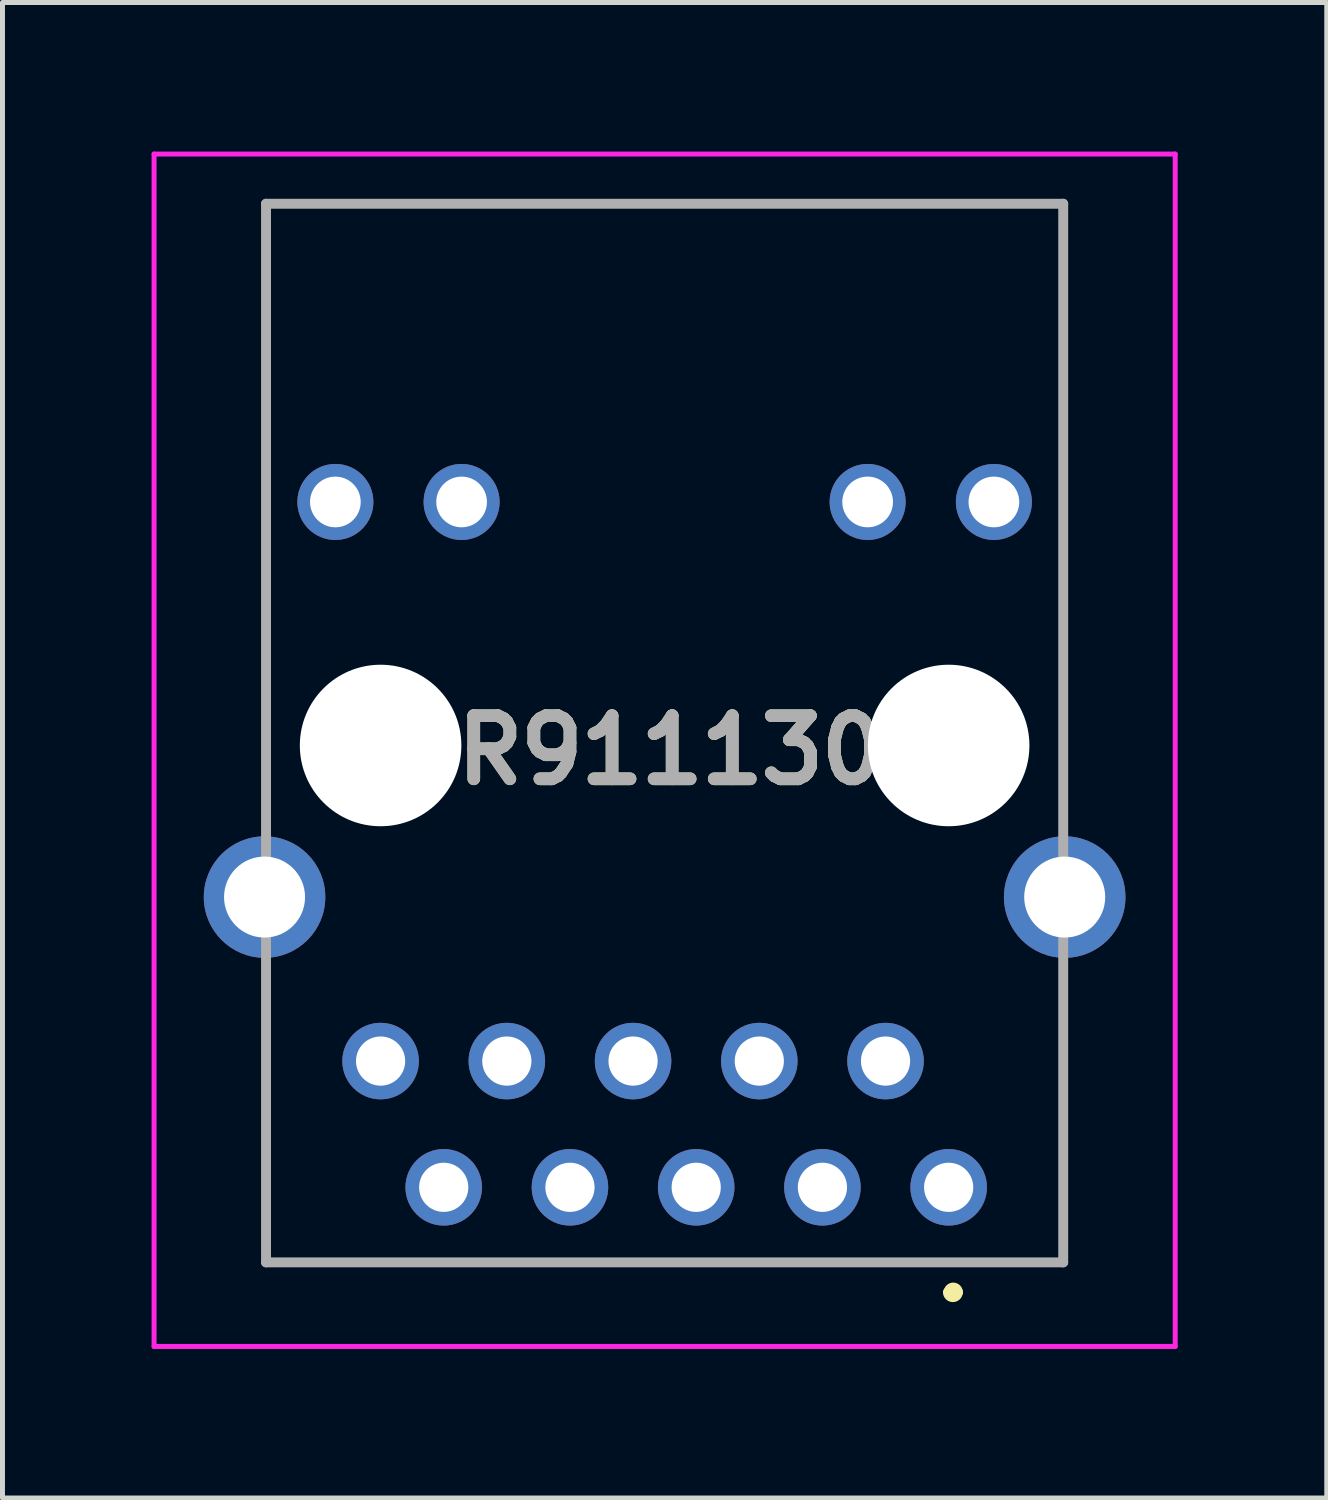
<source format=kicad_pcb>
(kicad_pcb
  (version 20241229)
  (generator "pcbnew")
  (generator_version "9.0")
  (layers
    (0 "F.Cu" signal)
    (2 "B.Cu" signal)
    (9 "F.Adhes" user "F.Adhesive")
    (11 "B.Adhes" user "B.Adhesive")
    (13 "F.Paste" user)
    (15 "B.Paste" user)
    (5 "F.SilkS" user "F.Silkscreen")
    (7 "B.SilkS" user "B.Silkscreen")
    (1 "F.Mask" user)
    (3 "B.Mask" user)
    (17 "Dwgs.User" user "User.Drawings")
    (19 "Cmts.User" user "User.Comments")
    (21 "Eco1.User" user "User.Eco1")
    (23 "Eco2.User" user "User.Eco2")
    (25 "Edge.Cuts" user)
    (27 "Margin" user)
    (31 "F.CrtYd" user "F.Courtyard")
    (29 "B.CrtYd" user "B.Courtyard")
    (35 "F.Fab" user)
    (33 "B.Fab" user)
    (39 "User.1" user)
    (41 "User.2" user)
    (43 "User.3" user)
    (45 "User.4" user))
  (footprint "HR911130A"
    (layer "F.Cu")
    (at 10.323 12.046)
    (property "Reference" "HR911130A" (at 0 0 0) (layer "F.SilkS") (effects (font (size 1.27 1.27) (thickness 0.254))))
    (attr through_hole)
    (fp_line (start -8.023 10.304) (end -8.023 4.704) (stroke (width 0.1) (type solid)) (layer "F.SilkS"))
    (fp_line (start -8.02 -10.996) (end 8.02 -10.996) (stroke (width 0.1) (type solid)) (layer "F.SilkS"))
    (fp_line (start -8.02 1.004) (end -8.02 -10.996) (stroke (width 0.1) (type solid)) (layer "F.SilkS"))
    (fp_line (start 5.715 10.904) (end 5.715 10.904) (stroke (width 0.2) (type solid)) (layer "F.SilkS"))
    (fp_line (start 5.9 10.904) (end 5.9 10.904) (stroke (width 0.2) (type solid)) (layer "F.SilkS"))
    (fp_line (start 8 10.304) (end -8.023 10.304) (stroke (width 0.1) (type solid)) (layer "F.SilkS"))
    (fp_line (start 8.02 -10.996) (end 8.02 1.004) (stroke (width 0.1) (type solid)) (layer "F.SilkS"))
    (fp_line (start 8.05 4.704) (end 8 10.304) (stroke (width 0.1) (type solid)) (layer "F.SilkS"))
    (fp_arc (start 5.715 10.904) (mid 5.807 10.811) (end 5.9 10.903) (stroke (width 0.2) (type solid)) (layer "F.SilkS"))
    (fp_arc (start 5.9 10.904) (mid 5.8 11.004) (end 5.7 10.904) (stroke (width 0.2) (type solid)) (layer "F.SilkS"))
    (fp_line (start -10.273 -11.996) (end 10.273 -11.996) (stroke (width 0.1) (type solid)) (layer "F.CrtYd"))
    (fp_line (start -10.273 11.996) (end -10.273 -11.996) (stroke (width 0.1) (type solid)) (layer "F.CrtYd"))
    (fp_line (start 10.273 -11.996) (end 10.273 11.996) (stroke (width 0.1) (type solid)) (layer "F.CrtYd"))
    (fp_line (start 10.273 11.996) (end -10.273 11.996) (stroke (width 0.1) (type solid)) (layer "F.CrtYd"))
    (fp_line (start -8.02 -10.996) (end 8.02 -10.996) (stroke (width 0.2) (type solid)) (layer "F.Fab"))
    (fp_line (start -8.02 10.304) (end -8.02 -10.996) (stroke (width 0.2) (type solid)) (layer "F.Fab"))
    (fp_line (start 8.02 -10.996) (end 8.02 10.304) (stroke (width 0.2) (type solid)) (layer "F.Fab"))
    (fp_line (start 8.02 10.304) (end -8.02 10.304) (stroke (width 0.2) (type solid)) (layer "F.Fab"))
    (fp_text user "${REFERENCE}" (at 0 0 0) (layer "F.Fab") (effects (font (size 1.27 1.27) (thickness 0.254))))
    (pad "" np_thru_hole circle (at -5.715 -0.096) (size 3.25 3.25) (drill 3.25) (layers "*.Cu" "*.Mask"))
    (pad "" np_thru_hole circle (at 5.715 -0.096) (size 3.25 3.25) (drill 3.25) (layers "*.Cu" "*.Mask"))
    (pad "1" thru_hole circle (at 5.715 8.794) (size 1.54 1.54) (drill 0.99) (layers "*.Cu" "*.Mask"))
    (pad "2" thru_hole circle (at 4.445 6.254) (size 1.54 1.54) (drill 0.99) (layers "*.Cu" "*.Mask"))
    (pad "3" thru_hole circle (at 3.175 8.794) (size 1.54 1.54) (drill 0.99) (layers "*.Cu" "*.Mask"))
    (pad "4" thru_hole circle (at 1.905 6.254) (size 1.54 1.54) (drill 0.99) (layers "*.Cu" "*.Mask"))
    (pad "5" thru_hole circle (at 0.635 8.794) (size 1.54 1.54) (drill 0.99) (layers "*.Cu" "*.Mask"))
    (pad "6" thru_hole circle (at -0.635 6.254) (size 1.54 1.54) (drill 0.99) (layers "*.Cu" "*.Mask"))
    (pad "7" thru_hole circle (at -1.905 8.794) (size 1.54 1.54) (drill 0.99) (layers "*.Cu" "*.Mask"))
    (pad "8" thru_hole circle (at -3.175 6.254) (size 1.54 1.54) (drill 0.99) (layers "*.Cu" "*.Mask"))
    (pad "9" thru_hole circle (at -4.445 8.794) (size 1.54 1.54) (drill 0.99) (layers "*.Cu" "*.Mask"))
    (pad "10" thru_hole circle (at -5.715 6.254) (size 1.54 1.54) (drill 0.99) (layers "*.Cu" "*.Mask"))
    (pad "11" thru_hole circle (at -6.625 -4.996) (size 1.53 1.53) (drill 1.02) (layers "*.Cu" "*.Mask"))
    (pad "12" thru_hole circle (at -4.085 -4.996) (size 1.53 1.53) (drill 1.02) (layers "*.Cu" "*.Mask"))
    (pad "13" thru_hole circle (at 4.085 -4.996) (size 1.53 1.53) (drill 1.02) (layers "*.Cu" "*.Mask"))
    (pad "14" thru_hole circle (at 6.625 -4.996) (size 1.53 1.53) (drill 1.02) (layers "*.Cu" "*.Mask"))
    (pad "15" thru_hole circle (at -8.05 2.954) (size 2.445 2.445) (drill 1.63) (layers "*.Cu" "*.Mask"))
    (pad "16" thru_hole circle (at 8.05 2.954) (size 2.445 2.445) (drill 1.63) (layers "*.Cu" "*.Mask")))
  (gr_rect
    (start -3 -3)
    (end 23.646 27.092)
    (stroke (width 0.1) (type default))
    (fill no)
    (layer "Edge.Cuts")))
</source>
